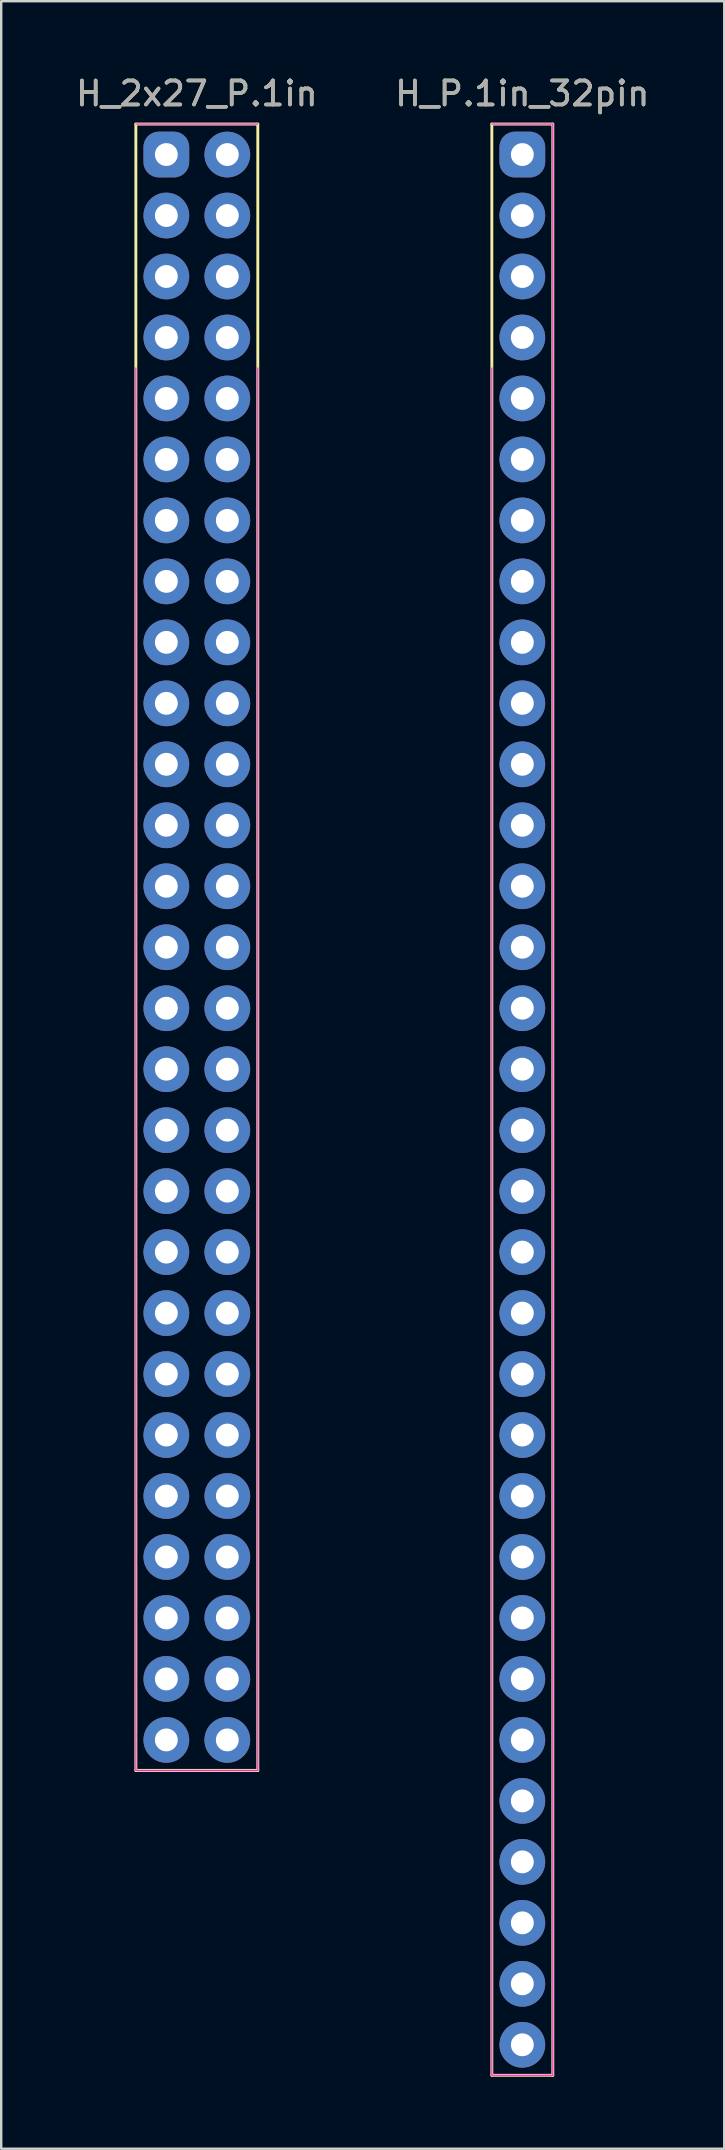
<source format=kicad_pcb>
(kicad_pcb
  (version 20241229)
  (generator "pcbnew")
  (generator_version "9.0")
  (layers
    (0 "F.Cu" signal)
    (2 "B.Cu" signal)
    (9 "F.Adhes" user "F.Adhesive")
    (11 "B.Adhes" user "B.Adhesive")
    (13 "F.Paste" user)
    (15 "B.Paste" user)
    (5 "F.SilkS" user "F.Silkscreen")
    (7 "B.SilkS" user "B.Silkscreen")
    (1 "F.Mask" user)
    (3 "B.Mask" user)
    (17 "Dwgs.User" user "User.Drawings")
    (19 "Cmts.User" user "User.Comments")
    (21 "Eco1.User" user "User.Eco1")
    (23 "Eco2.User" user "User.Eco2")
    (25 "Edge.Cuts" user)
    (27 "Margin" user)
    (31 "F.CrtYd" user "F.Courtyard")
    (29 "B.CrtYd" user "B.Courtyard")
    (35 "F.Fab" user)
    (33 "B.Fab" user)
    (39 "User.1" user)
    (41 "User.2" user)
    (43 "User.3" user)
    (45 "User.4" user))
  (footprint "H_2x27_P.1in"
    (layer "F.Cu")
    (at 3.879 3.388)
    (property "Reference" "H_2x27_P.1in" (at 1.27 -2.54 0) (layer "F.SilkS") (effects (font (size 1 1) (thickness 0.15))))
    (attr through_hole)
    (fp_line (start -1.27 -1.27) (end 3.81 -1.27) (stroke (width 0.12) (type solid)) (layer "F.SilkS"))
    (fp_line (start -1.27 67.31) (end -1.27 -1.27) (stroke (width 0.12) (type solid)) (layer "F.SilkS"))
    (fp_line (start -1.27 67.31) (end 3.81 67.31) (stroke (width 0.12) (type solid)) (layer "F.SilkS"))
    (fp_line (start 3.81 67.31) (end 3.81 -1.27) (stroke (width 0.12) (type solid)) (layer "F.SilkS"))
    (fp_line (start -1.27 -1.27) (end 3.81 -1.27) (stroke (width 0.05) (type solid)) (layer "F.CrtYd"))
    (fp_line (start -1.27 67.31) (end -1.27 8.89) (stroke (width 0.05) (type solid)) (layer "F.CrtYd"))
    (fp_line (start -1.27 67.31) (end 3.81 67.31) (stroke (width 0.05) (type solid)) (layer "F.CrtYd"))
    (fp_line (start 3.81 67.31) (end 3.81 8.89) (stroke (width 0.05) (type solid)) (layer "F.CrtYd"))
    (fp_text user "${REFERENCE}" (at 1.27 -2.54 180) (layer "F.Fab") (effects (font (size 1 1) (thickness 0.15))))
    (pad "1" thru_hole roundrect (at 0 0 270) (size 1.905 1.905) (drill 0.953) (layers "*.Cu" "*.Mask") (roundrect_rratio 0.333))
    (pad "2" thru_hole circle (at 0 2.54 270) (size 1.905 1.905) (drill 0.953) (layers "*.Cu" "*.Mask"))
    (pad "3" thru_hole circle (at 0 5.08 270) (size 1.905 1.905) (drill 0.953) (layers "*.Cu" "*.Mask"))
    (pad "4" thru_hole circle (at 0 7.62 270) (size 1.905 1.905) (drill 0.953) (layers "*.Cu" "*.Mask"))
    (pad "5" thru_hole circle (at 0 10.16 270) (size 1.905 1.905) (drill 0.953) (layers "*.Cu" "*.Mask"))
    (pad "6" thru_hole circle (at 0 12.7 270) (size 1.905 1.905) (drill 0.953) (layers "*.Cu" "*.Mask"))
    (pad "7" thru_hole circle (at 0 15.24 270) (size 1.905 1.905) (drill 0.953) (layers "*.Cu" "*.Mask"))
    (pad "8" thru_hole circle (at 0 17.78 270) (size 1.905 1.905) (drill 0.953) (layers "*.Cu" "*.Mask"))
    (pad "9" thru_hole circle (at 0 20.32 270) (size 1.905 1.905) (drill 0.953) (layers "*.Cu" "*.Mask"))
    (pad "10" thru_hole circle (at 0 22.86 270) (size 1.905 1.905) (drill 0.953) (layers "*.Cu" "*.Mask"))
    (pad "11" thru_hole circle (at 0 25.4 270) (size 1.905 1.905) (drill 0.953) (layers "*.Cu" "*.Mask"))
    (pad "12" thru_hole circle (at 0 27.94 270) (size 1.905 1.905) (drill 0.953) (layers "*.Cu" "*.Mask"))
    (pad "13" thru_hole circle (at 0 30.48 270) (size 1.905 1.905) (drill 0.953) (layers "*.Cu" "*.Mask"))
    (pad "14" thru_hole circle (at 0 33.02 270) (size 1.905 1.905) (drill 0.953) (layers "*.Cu" "*.Mask"))
    (pad "15" thru_hole circle (at 0 35.56 270) (size 1.905 1.905) (drill 0.953) (layers "*.Cu" "*.Mask"))
    (pad "16" thru_hole circle (at 0 38.1 270) (size 1.905 1.905) (drill 0.953) (layers "*.Cu" "*.Mask"))
    (pad "17" thru_hole circle (at 0 40.64 270) (size 1.905 1.905) (drill 0.953) (layers "*.Cu" "*.Mask"))
    (pad "18" thru_hole circle (at 0 43.18 270) (size 1.905 1.905) (drill 0.953) (layers "*.Cu" "*.Mask"))
    (pad "19" thru_hole circle (at 0 45.72 270) (size 1.905 1.905) (drill 0.953) (layers "*.Cu" "*.Mask"))
    (pad "20" thru_hole circle (at 0 48.26 270) (size 1.905 1.905) (drill 0.953) (layers "*.Cu" "*.Mask"))
    (pad "21" thru_hole circle (at 0 50.8 270) (size 1.905 1.905) (drill 0.953) (layers "*.Cu" "*.Mask"))
    (pad "22" thru_hole circle (at 0 53.34 270) (size 1.905 1.905) (drill 0.953) (layers "*.Cu" "*.Mask"))
    (pad "23" thru_hole circle (at 0 55.88 270) (size 1.905 1.905) (drill 0.953) (layers "*.Cu" "*.Mask"))
    (pad "24" thru_hole circle (at 0 58.42 270) (size 1.905 1.905) (drill 0.953) (layers "*.Cu" "*.Mask"))
    (pad "25" thru_hole circle (at 0 60.96 270) (size 1.905 1.905) (drill 0.953) (layers "*.Cu" "*.Mask"))
    (pad "26" thru_hole circle (at 0 63.5 270) (size 1.905 1.905) (drill 0.953) (layers "*.Cu" "*.Mask"))
    (pad "27" thru_hole circle (at 0 66.04 270) (size 1.905 1.905) (drill 0.953) (layers "*.Cu" "*.Mask"))
    (pad "28" thru_hole circle (at 2.54 66.04 90) (size 1.905 1.905) (drill 0.953) (layers "*.Cu" "*.Mask"))
    (pad "29" thru_hole circle (at 2.54 63.5 90) (size 1.905 1.905) (drill 0.953) (layers "*.Cu" "*.Mask"))
    (pad "30" thru_hole circle (at 2.54 60.96 90) (size 1.905 1.905) (drill 0.953) (layers "*.Cu" "*.Mask"))
    (pad "31" thru_hole circle (at 2.54 58.42 90) (size 1.905 1.905) (drill 0.953) (layers "*.Cu" "*.Mask"))
    (pad "32" thru_hole circle (at 2.54 55.88 90) (size 1.905 1.905) (drill 0.953) (layers "*.Cu" "*.Mask"))
    (pad "33" thru_hole circle (at 2.54 53.34 90) (size 1.905 1.905) (drill 0.953) (layers "*.Cu" "B.Mask"))
    (pad "34" thru_hole circle (at 2.54 50.8 90) (size 1.905 1.905) (drill 0.953) (layers "*.Cu" "*.Mask"))
    (pad "35" thru_hole circle (at 2.54 48.26 90) (size 1.905 1.905) (drill 0.953) (layers "*.Cu" "*.Mask"))
    (pad "36" thru_hole circle (at 2.54 45.72 90) (size 1.905 1.905) (drill 0.953) (layers "*.Cu" "*.Mask"))
    (pad "37" thru_hole circle (at 2.54 43.18 90) (size 1.905 1.905) (drill 0.953) (layers "*.Cu" "*.Mask"))
    (pad "38" thru_hole circle (at 2.54 40.64 90) (size 1.905 1.905) (drill 0.953) (layers "*.Cu" "*.Mask"))
    (pad "39" thru_hole circle (at 2.54 38.1 90) (size 1.905 1.905) (drill 0.953) (layers "*.Cu" "B.Mask"))
    (pad "40" thru_hole circle (at 2.54 35.56 90) (size 1.905 1.905) (drill 0.953) (layers "*.Cu" "*.Mask"))
    (pad "41" thru_hole circle (at 2.54 33.02 90) (size 1.905 1.905) (drill 0.953) (layers "*.Cu" "*.Mask"))
    (pad "42" thru_hole circle (at 2.54 30.48 90) (size 1.905 1.905) (drill 0.953) (layers "*.Cu" "*.Mask"))
    (pad "43" thru_hole circle (at 2.54 27.94 90) (size 1.905 1.905) (drill 0.953) (layers "*.Cu" "*.Mask"))
    (pad "44" thru_hole circle (at 2.54 25.4 90) (size 1.905 1.905) (drill 0.953) (layers "*.Cu" "*.Mask"))
    (pad "45" thru_hole circle (at 2.54 22.86 90) (size 1.905 1.905) (drill 0.953) (layers "*.Cu" "B.Mask"))
    (pad "46" thru_hole circle (at 2.54 20.32 90) (size 1.905 1.905) (drill 0.953) (layers "*.Cu" "*.Mask"))
    (pad "47" thru_hole circle (at 2.54 17.78 90) (size 1.905 1.905) (drill 0.953) (layers "*.Cu" "*.Mask"))
    (pad "48" thru_hole circle (at 2.54 15.24 90) (size 1.905 1.905) (drill 0.953) (layers "*.Cu" "*.Mask"))
    (pad "49" thru_hole circle (at 2.54 12.7 90) (size 1.905 1.905) (drill 0.953) (layers "*.Cu" "*.Mask"))
    (pad "50" thru_hole circle (at 2.54 10.16 90) (size 1.905 1.905) (drill 0.953) (layers "*.Cu" "*.Mask"))
    (pad "51" thru_hole circle (at 2.54 7.62 90) (size 1.905 1.905) (drill 0.953) (layers "*.Cu" "B.Mask"))
    (pad "52" thru_hole circle (at 2.54 5.08 90) (size 1.905 1.905) (drill 0.953) (layers "*.Cu" "B.Mask"))
    (pad "53" thru_hole circle (at 2.54 2.54 90) (size 1.905 1.905) (drill 0.953) (layers "*.Cu" "B.Mask"))
    (pad "54" thru_hole circle (at 2.54 0 90) (size 1.905 1.905) (drill 0.953) (layers "*.Cu" "B.Mask")))
  (footprint "H_P.1in_32pin"
    (layer "F.Cu")
    (at 18.708 3.388)
    (property "Reference" "H_P.1in_32pin" (at 0 -2.54 0) (layer "F.SilkS") (effects (font (size 1 1) (thickness 0.15))))
    (attr through_hole)
    (fp_line (start -1.27 -1.27) (end 1.27 -1.27) (stroke (width 0.12) (type solid)) (layer "F.SilkS"))
    (fp_line (start -1.27 80.01) (end -1.27 -1.27) (stroke (width 0.12) (type solid)) (layer "F.SilkS"))
    (fp_line (start 1.27 -1.27) (end 1.27 80.01) (stroke (width 0.12) (type solid)) (layer "F.SilkS"))
    (fp_line (start 1.27 80.01) (end -1.27 80.01) (stroke (width 0.12) (type solid)) (layer "F.SilkS"))
    (fp_line (start -1.27 -1.27) (end 1.27 -1.27) (stroke (width 0.05) (type solid)) (layer "F.CrtYd"))
    (fp_line (start -1.27 80.01) (end -1.27 8.89) (stroke (width 0.05) (type solid)) (layer "F.CrtYd"))
    (fp_line (start 1.27 -1.27) (end 1.27 80.01) (stroke (width 0.05) (type solid)) (layer "F.CrtYd"))
    (fp_line (start 1.27 80.01) (end -1.27 80.01) (stroke (width 0.05) (type solid)) (layer "F.CrtYd"))
    (fp_text user "${REFERENCE}" (at 0 -2.54 180) (layer "F.Fab") (effects (font (size 1 1) (thickness 0.15))))
    (pad "1" thru_hole roundrect (at 0 0 270) (size 1.905 1.905) (drill 0.953) (layers "*.Cu" "*.Mask") (roundrect_rratio 0.333))
    (pad "2" thru_hole circle (at 0 2.54 270) (size 1.905 1.905) (drill 0.953) (layers "*.Cu" "*.Mask"))
    (pad "3" thru_hole circle (at 0 5.08 270) (size 1.905 1.905) (drill 0.953) (layers "*.Cu" "*.Mask"))
    (pad "4" thru_hole circle (at 0 7.62 270) (size 1.905 1.905) (drill 0.953) (layers "*.Cu" "*.Mask"))
    (pad "5" thru_hole circle (at 0 10.16 270) (size 1.905 1.905) (drill 0.953) (layers "*.Cu" "*.Mask"))
    (pad "6" thru_hole circle (at 0 12.7 270) (size 1.905 1.905) (drill 0.953) (layers "*.Cu" "*.Mask"))
    (pad "7" thru_hole circle (at 0 15.24 270) (size 1.905 1.905) (drill 0.953) (layers "*.Cu" "*.Mask"))
    (pad "8" thru_hole circle (at 0 17.78 270) (size 1.905 1.905) (drill 0.953) (layers "*.Cu" "*.Mask"))
    (pad "9" thru_hole circle (at 0 20.32 270) (size 1.905 1.905) (drill 0.953) (layers "*.Cu" "*.Mask"))
    (pad "10" thru_hole circle (at 0 22.86 270) (size 1.905 1.905) (drill 0.953) (layers "*.Cu" "*.Mask"))
    (pad "11" thru_hole circle (at 0 25.4 270) (size 1.905 1.905) (drill 0.953) (layers "*.Cu" "*.Mask"))
    (pad "12" thru_hole circle (at 0 27.94 270) (size 1.905 1.905) (drill 0.953) (layers "*.Cu" "*.Mask"))
    (pad "13" thru_hole circle (at 0 30.48 270) (size 1.905 1.905) (drill 0.953) (layers "*.Cu" "*.Mask"))
    (pad "14" thru_hole circle (at 0 33.02 270) (size 1.905 1.905) (drill 0.953) (layers "*.Cu" "*.Mask"))
    (pad "15" thru_hole circle (at 0 35.56 270) (size 1.905 1.905) (drill 0.953) (layers "*.Cu" "*.Mask"))
    (pad "16" thru_hole circle (at 0 38.1 270) (size 1.905 1.905) (drill 0.953) (layers "*.Cu" "*.Mask"))
    (pad "17" thru_hole circle (at 0 40.64 270) (size 1.905 1.905) (drill 0.953) (layers "*.Cu" "*.Mask"))
    (pad "18" thru_hole circle (at 0 43.18 270) (size 1.905 1.905) (drill 0.953) (layers "*.Cu" "*.Mask"))
    (pad "19" thru_hole circle (at 0 45.72 270) (size 1.905 1.905) (drill 0.953) (layers "*.Cu" "*.Mask"))
    (pad "20" thru_hole circle (at 0 48.26 270) (size 1.905 1.905) (drill 0.953) (layers "*.Cu" "*.Mask"))
    (pad "21" thru_hole circle (at 0 50.8 270) (size 1.905 1.905) (drill 0.953) (layers "*.Cu" "*.Mask"))
    (pad "22" thru_hole circle (at 0 53.34 270) (size 1.905 1.905) (drill 0.953) (layers "*.Cu" "*.Mask"))
    (pad "23" thru_hole circle (at 0 55.88 270) (size 1.905 1.905) (drill 0.953) (layers "*.Cu" "*.Mask"))
    (pad "24" thru_hole circle (at 0 58.42 270) (size 1.905 1.905) (drill 0.953) (layers "*.Cu" "*.Mask"))
    (pad "25" thru_hole circle (at 0 60.96 270) (size 1.905 1.905) (drill 0.953) (layers "*.Cu" "*.Mask"))
    (pad "26" thru_hole circle (at 0 63.5 270) (size 1.905 1.905) (drill 0.953) (layers "*.Cu" "*.Mask"))
    (pad "27" thru_hole circle (at 0 66.04 270) (size 1.905 1.905) (drill 0.953) (layers "*.Cu" "*.Mask"))
    (pad "28" thru_hole circle (at 0 68.58 270) (size 1.905 1.905) (drill 0.953) (layers "*.Cu" "*.Mask"))
    (pad "29" thru_hole circle (at 0 71.12 270) (size 1.905 1.905) (drill 0.953) (layers "*.Cu" "*.Mask"))
    (pad "30" thru_hole circle (at 0 73.66 270) (size 1.905 1.905) (drill 0.953) (layers "*.Cu" "*.Mask"))
    (pad "31" thru_hole circle (at 0 76.2 270) (size 1.905 1.905) (drill 0.953) (layers "*.Cu" "*.Mask"))
    (pad "32" thru_hole circle (at 0 78.74 270) (size 1.905 1.905) (drill 0.953) (layers "*.Cu" "*.Mask")))
  (gr_rect
    (start -3 -3)
    (end 27.119 86.458)
    (stroke (width 0.1) (type default))
    (fill no)
    (layer "Edge.Cuts")))
</source>
